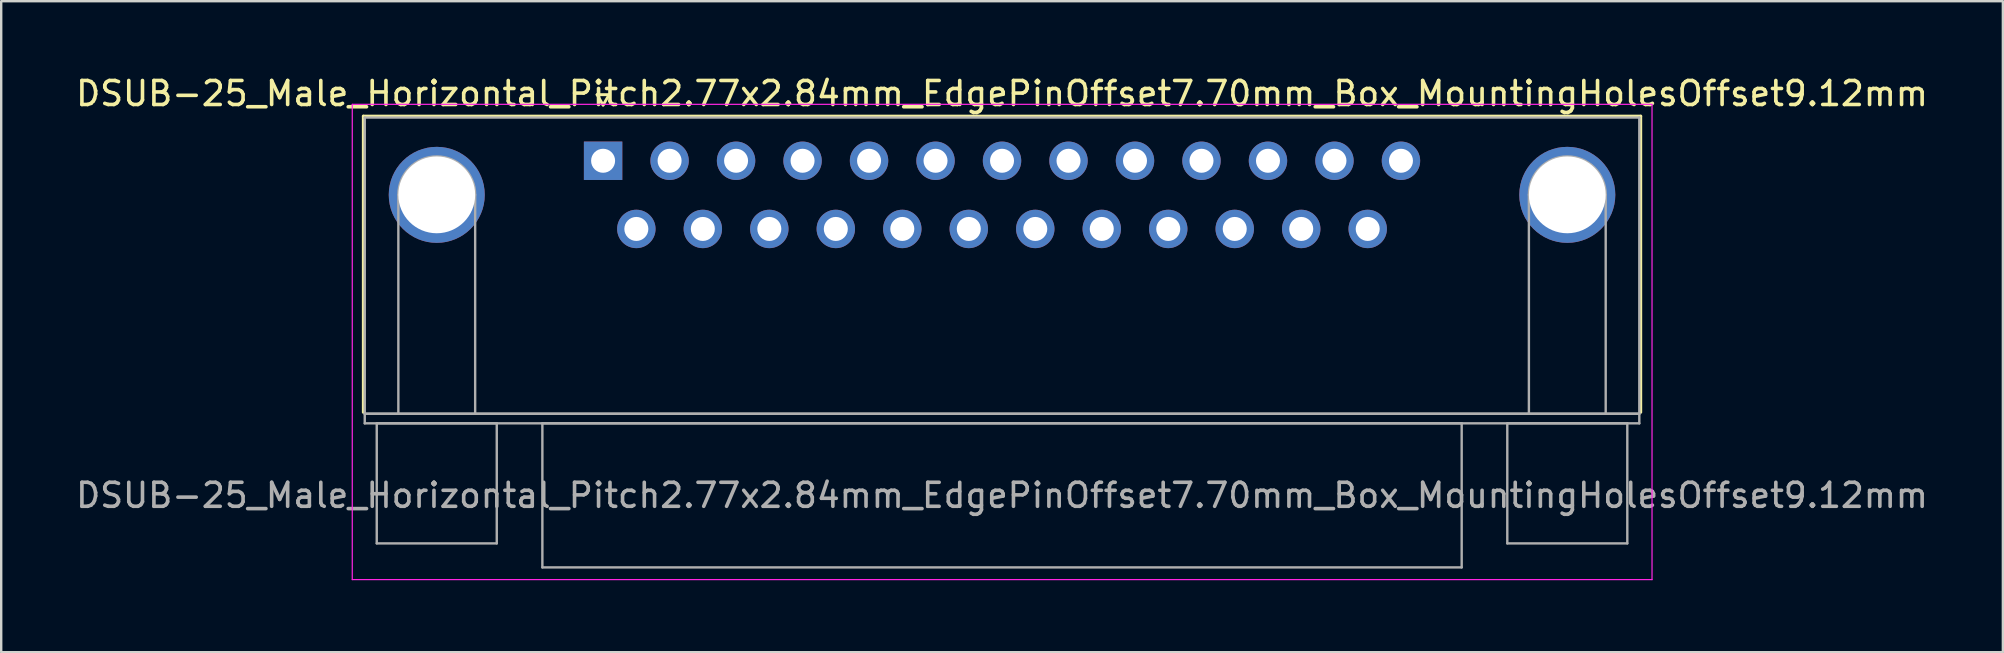
<source format=kicad_pcb>
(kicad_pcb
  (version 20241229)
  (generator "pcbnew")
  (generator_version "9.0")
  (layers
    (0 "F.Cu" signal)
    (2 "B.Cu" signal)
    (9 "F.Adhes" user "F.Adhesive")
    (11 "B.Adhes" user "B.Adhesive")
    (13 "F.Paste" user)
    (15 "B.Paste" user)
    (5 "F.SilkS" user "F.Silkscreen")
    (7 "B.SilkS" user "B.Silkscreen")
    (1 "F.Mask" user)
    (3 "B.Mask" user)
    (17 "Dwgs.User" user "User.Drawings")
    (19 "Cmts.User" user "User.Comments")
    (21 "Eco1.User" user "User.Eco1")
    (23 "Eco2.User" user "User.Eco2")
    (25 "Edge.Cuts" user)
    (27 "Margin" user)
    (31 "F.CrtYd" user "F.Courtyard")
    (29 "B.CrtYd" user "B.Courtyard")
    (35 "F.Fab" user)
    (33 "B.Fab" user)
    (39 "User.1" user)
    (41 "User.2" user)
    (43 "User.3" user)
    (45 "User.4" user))
  (footprint "DSUB-25_Male_Horizontal_Pitch2.77x2.84mm_EdgePinOffset7.70mm_Box_MountingHolesOffset9.12mm"
    (layer "F.Cu")
    (at 22.076 3.648)
    (property "Reference" "DSUB-25_Male_Horizontal_Pitch2.77x2.84mm_EdgePinOffset7.70mm_Box_MountingHolesOffset9.12mm" (at 16.62 -2.8 0) (layer "F.SilkS") (effects (font (size 1 1) (thickness 0.15))))
    (attr through_hole)
    (fp_line (start -9.99 -1.86) (end 43.23 -1.86) (stroke (width 0.12) (type solid)) (layer "F.SilkS"))
    (fp_line (start -9.99 10.48) (end -9.99 -1.86) (stroke (width 0.12) (type solid)) (layer "F.SilkS"))
    (fp_line (start -0.25 -2.754) (end 0.25 -2.754) (stroke (width 0.12) (type solid)) (layer "F.SilkS"))
    (fp_line (start 0 -2.321) (end -0.25 -2.754) (stroke (width 0.12) (type solid)) (layer "F.SilkS"))
    (fp_line (start 0.25 -2.754) (end 0 -2.321) (stroke (width 0.12) (type solid)) (layer "F.SilkS"))
    (fp_line (start 43.23 -1.86) (end 43.23 10.48) (stroke (width 0.12) (type solid)) (layer "F.SilkS"))
    (fp_line (start -10.45 -2.35) (end -10.45 17.45) (stroke (width 0.05) (type solid)) (layer "F.CrtYd"))
    (fp_line (start -10.45 17.45) (end 43.7 17.45) (stroke (width 0.05) (type solid)) (layer "F.CrtYd"))
    (fp_line (start 43.7 -2.35) (end -10.45 -2.35) (stroke (width 0.05) (type solid)) (layer "F.CrtYd"))
    (fp_line (start 43.7 17.45) (end 43.7 -2.35) (stroke (width 0.05) (type solid)) (layer "F.CrtYd"))
    (fp_line (start -9.93 -1.8) (end -9.93 10.54) (stroke (width 0.1) (type solid)) (layer "F.Fab"))
    (fp_line (start -9.93 10.54) (end -9.93 10.94) (stroke (width 0.1) (type solid)) (layer "F.Fab"))
    (fp_line (start -9.93 10.54) (end 43.17 10.54) (stroke (width 0.1) (type solid)) (layer "F.Fab"))
    (fp_line (start -9.93 10.94) (end 43.17 10.94) (stroke (width 0.1) (type solid)) (layer "F.Fab"))
    (fp_line (start -9.43 10.94) (end -9.43 15.94) (stroke (width 0.1) (type solid)) (layer "F.Fab"))
    (fp_line (start -9.43 15.94) (end -4.43 15.94) (stroke (width 0.1) (type solid)) (layer "F.Fab"))
    (fp_line (start -8.53 10.54) (end -8.53 1.42) (stroke (width 0.1) (type solid)) (layer "F.Fab"))
    (fp_line (start -5.33 10.54) (end -5.33 1.42) (stroke (width 0.1) (type solid)) (layer "F.Fab"))
    (fp_line (start -4.43 10.94) (end -9.43 10.94) (stroke (width 0.1) (type solid)) (layer "F.Fab"))
    (fp_line (start -4.43 15.94) (end -4.43 10.94) (stroke (width 0.1) (type solid)) (layer "F.Fab"))
    (fp_line (start -2.53 10.94) (end -2.53 16.94) (stroke (width 0.1) (type solid)) (layer "F.Fab"))
    (fp_line (start -2.53 16.94) (end 35.77 16.94) (stroke (width 0.1) (type solid)) (layer "F.Fab"))
    (fp_line (start 35.77 10.94) (end -2.53 10.94) (stroke (width 0.1) (type solid)) (layer "F.Fab"))
    (fp_line (start 35.77 16.94) (end 35.77 10.94) (stroke (width 0.1) (type solid)) (layer "F.Fab"))
    (fp_line (start 37.67 10.94) (end 37.67 15.94) (stroke (width 0.1) (type solid)) (layer "F.Fab"))
    (fp_line (start 37.67 15.94) (end 42.67 15.94) (stroke (width 0.1) (type solid)) (layer "F.Fab"))
    (fp_line (start 38.57 10.54) (end 38.57 1.42) (stroke (width 0.1) (type solid)) (layer "F.Fab"))
    (fp_line (start 41.77 10.54) (end 41.77 1.42) (stroke (width 0.1) (type solid)) (layer "F.Fab"))
    (fp_line (start 42.67 10.94) (end 37.67 10.94) (stroke (width 0.1) (type solid)) (layer "F.Fab"))
    (fp_line (start 42.67 15.94) (end 42.67 10.94) (stroke (width 0.1) (type solid)) (layer "F.Fab"))
    (fp_line (start 43.17 -1.8) (end -9.93 -1.8) (stroke (width 0.1) (type solid)) (layer "F.Fab"))
    (fp_line (start 43.17 10.54) (end -9.93 10.54) (stroke (width 0.1) (type solid)) (layer "F.Fab"))
    (fp_line (start 43.17 10.54) (end 43.17 -1.8) (stroke (width 0.1) (type solid)) (layer "F.Fab"))
    (fp_line (start 43.17 10.94) (end 43.17 10.54) (stroke (width 0.1) (type solid)) (layer "F.Fab"))
    (fp_arc (start -8.53 1.42) (mid -6.93 -0.18) (end -5.33 1.42) (stroke (width 0.1) (type solid)) (layer "F.Fab"))
    (fp_arc (start 38.57 1.42) (mid 40.17 -0.18) (end 41.77 1.42) (stroke (width 0.1) (type solid)) (layer "F.Fab"))
    (fp_text user "${REFERENCE}" (at 16.62 13.94 0) (layer "F.Fab") (effects (font (size 1 1) (thickness 0.15))))
    (pad "0" thru_hole circle (at -6.93 1.42) (size 4 4) (drill 3.2) (layers "*.Cu" "*.Mask"))
    (pad "0" thru_hole circle (at 40.17 1.42) (size 4 4) (drill 3.2) (layers "*.Cu" "*.Mask"))
    (pad "1" thru_hole rect (at 0 0) (size 1.6 1.6) (drill 1) (layers "*.Cu" "*.Mask"))
    (pad "2" thru_hole circle (at 2.77 0) (size 1.6 1.6) (drill 1) (layers "*.Cu" "*.Mask"))
    (pad "3" thru_hole circle (at 5.54 0) (size 1.6 1.6) (drill 1) (layers "*.Cu" "*.Mask"))
    (pad "4" thru_hole circle (at 8.31 0) (size 1.6 1.6) (drill 1) (layers "*.Cu" "*.Mask"))
    (pad "5" thru_hole circle (at 11.08 0) (size 1.6 1.6) (drill 1) (layers "*.Cu" "*.Mask"))
    (pad "6" thru_hole circle (at 13.85 0) (size 1.6 1.6) (drill 1) (layers "*.Cu" "*.Mask"))
    (pad "7" thru_hole circle (at 16.62 0) (size 1.6 1.6) (drill 1) (layers "*.Cu" "*.Mask"))
    (pad "8" thru_hole circle (at 19.39 0) (size 1.6 1.6) (drill 1) (layers "*.Cu" "*.Mask"))
    (pad "9" thru_hole circle (at 22.16 0) (size 1.6 1.6) (drill 1) (layers "*.Cu" "*.Mask"))
    (pad "10" thru_hole circle (at 24.93 0) (size 1.6 1.6) (drill 1) (layers "*.Cu" "*.Mask"))
    (pad "11" thru_hole circle (at 27.7 0) (size 1.6 1.6) (drill 1) (layers "*.Cu" "*.Mask"))
    (pad "12" thru_hole circle (at 30.47 0) (size 1.6 1.6) (drill 1) (layers "*.Cu" "*.Mask"))
    (pad "13" thru_hole circle (at 33.24 0) (size 1.6 1.6) (drill 1) (layers "*.Cu" "*.Mask"))
    (pad "14" thru_hole circle (at 1.385 2.84) (size 1.6 1.6) (drill 1) (layers "*.Cu" "*.Mask"))
    (pad "15" thru_hole circle (at 4.155 2.84) (size 1.6 1.6) (drill 1) (layers "*.Cu" "*.Mask"))
    (pad "16" thru_hole circle (at 6.925 2.84) (size 1.6 1.6) (drill 1) (layers "*.Cu" "*.Mask"))
    (pad "17" thru_hole circle (at 9.695 2.84) (size 1.6 1.6) (drill 1) (layers "*.Cu" "*.Mask"))
    (pad "18" thru_hole circle (at 12.465 2.84) (size 1.6 1.6) (drill 1) (layers "*.Cu" "*.Mask"))
    (pad "19" thru_hole circle (at 15.235 2.84) (size 1.6 1.6) (drill 1) (layers "*.Cu" "*.Mask"))
    (pad "20" thru_hole circle (at 18.005 2.84) (size 1.6 1.6) (drill 1) (layers "*.Cu" "*.Mask"))
    (pad "21" thru_hole circle (at 20.775 2.84) (size 1.6 1.6) (drill 1) (layers "*.Cu" "*.Mask"))
    (pad "22" thru_hole circle (at 23.545 2.84) (size 1.6 1.6) (drill 1) (layers "*.Cu" "*.Mask"))
    (pad "23" thru_hole circle (at 26.315 2.84) (size 1.6 1.6) (drill 1) (layers "*.Cu" "*.Mask"))
    (pad "24" thru_hole circle (at 29.085 2.84) (size 1.6 1.6) (drill 1) (layers "*.Cu" "*.Mask"))
    (pad "25" thru_hole circle (at 31.855 2.84) (size 1.6 1.6) (drill 1) (layers "*.Cu" "*.Mask")))
  (gr_rect
    (start -3 -3)
    (end 80.393 24.123)
    (stroke (width 0.1) (type default))
    (fill no)
    (layer "Edge.Cuts")))
</source>
